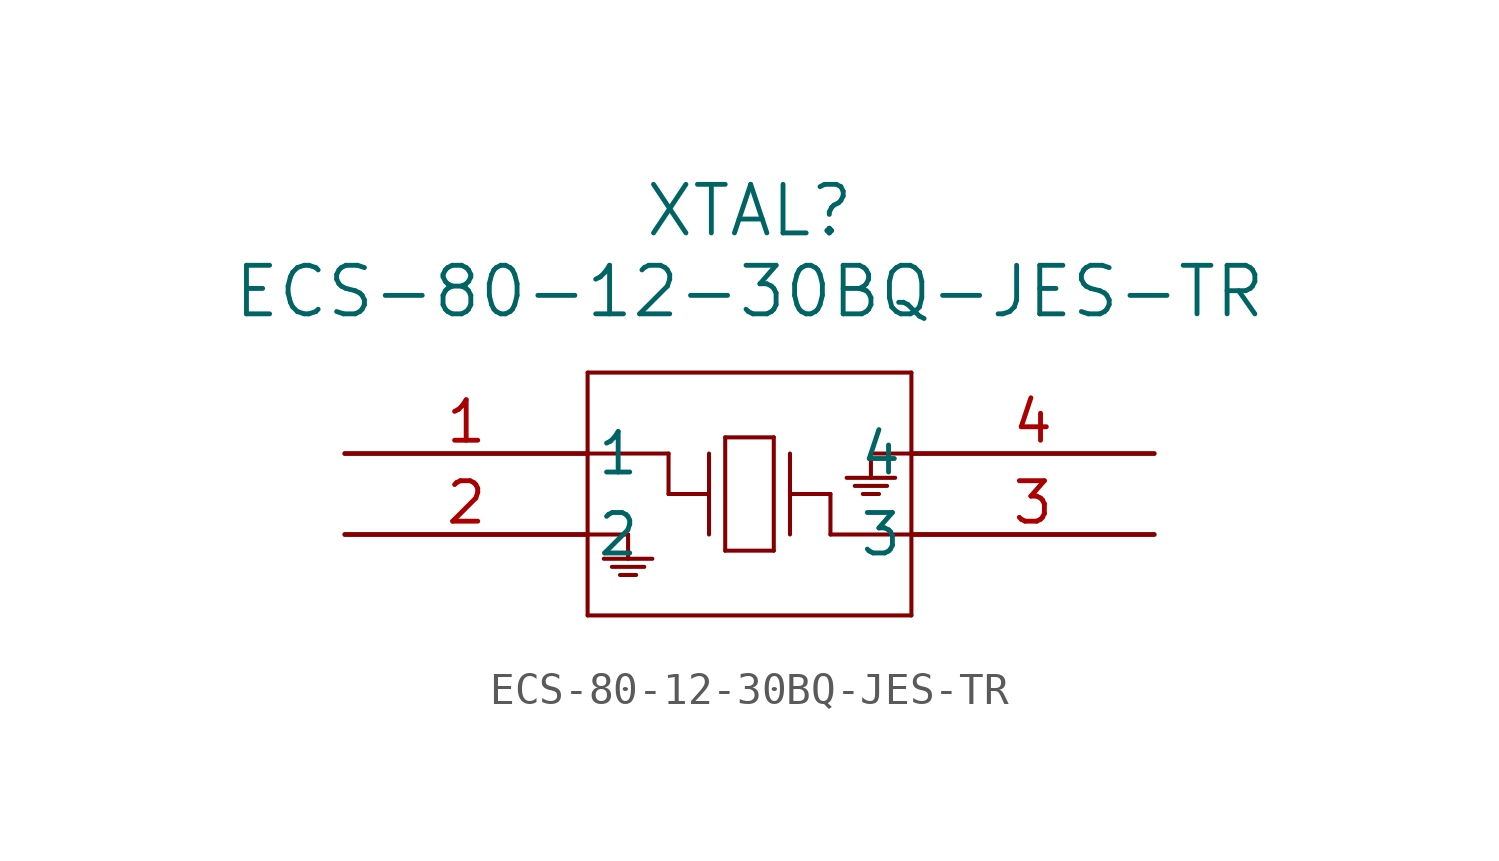
<source format=kicad_sym>
(kicad_symbol_lib
  (version 20211014)
  (generator kicad_symbol_editor)
  (symbol "ECS-80-12-30BQ-JES-TR"
    (pin_names
      (offset 0.254))
    (property "Reference" "XTAL"
      (at 12.7 7.62 0)
      (effects (font (size 1.524 1.524))))
    (property "Value" "ECS-80-12-30BQ-JES-TR"
      (at 12.7 5.08 0)
      (effects (font (size 1.524 1.524))))
    (symbol "ECS-80-12-30BQ-JES-TR_0_1"
      (polyline (pts (xy 7.62 2.54) (xy 7.62 -5.08)) (stroke (width 0.127) (type default) (color 0 0 0 0)) (fill (type none)))
      (polyline (pts (xy 7.62 -5.08) (xy 17.78 -5.08)) (stroke (width 0.127) (type default) (color 0 0 0 0)) (fill (type none)))
      (polyline (pts (xy 17.78 -5.08) (xy 17.78 2.54)) (stroke (width 0.127) (type default) (color 0 0 0 0)) (fill (type none)))
      (polyline (pts (xy 17.78 2.54) (xy 7.62 2.54)) (stroke (width 0.127) (type default) (color 0 0 0 0)) (fill (type none)))
      (polyline (pts (xy 11.43 0) (xy 11.43 -2.54)) (stroke (width 0.127) (type default) (color 0 0 0 0)) (fill (type none)))
      (polyline (pts (xy 11.43 -1.27) (xy 10.16 -1.27)) (stroke (width 0.127) (type default) (color 0 0 0 0)) (fill (type none)))
      (polyline (pts (xy 10.16 -1.27) (xy 10.16 0)) (stroke (width 0.127) (type default) (color 0 0 0 0)) (fill (type none)))
      (polyline (pts (xy 10.16 0) (xy 7.62 0)) (stroke (width 0.127) (type default) (color 0 0 0 0)) (fill (type none)))
      (polyline (pts (xy 13.97 0) (xy 13.97 -2.54)) (stroke (width 0.127) (type default) (color 0 0 0 0)) (fill (type none)))
      (polyline (pts (xy 13.97 -1.27) (xy 15.24 -1.27)) (stroke (width 0.127) (type default) (color 0 0 0 0)) (fill (type none)))
      (polyline (pts (xy 15.24 -1.27) (xy 15.24 -2.54)) (stroke (width 0.127) (type default) (color 0 0 0 0)) (fill (type none)))
      (polyline (pts (xy 15.24 -2.54) (xy 17.78 -2.54)) (stroke (width 0.127) (type default) (color 0 0 0 0)) (fill (type none)))
      (polyline (pts (xy 11.938 0.508) (xy 11.938 -3.048)) (stroke (width 0.127) (type default) (color 0 0 0 0)) (fill (type none)))
      (polyline (pts (xy 11.938 -3.048) (xy 13.462 -3.048)) (stroke (width 0.127) (type default) (color 0 0 0 0)) (fill (type none)))
      (polyline (pts (xy 13.462 -3.048) (xy 13.462 0.508)) (stroke (width 0.127) (type default) (color 0 0 0 0)) (fill (type none)))
      (polyline (pts (xy 13.462 0.508) (xy 11.938 0.508)) (stroke (width 0.127) (type default) (color 0 0 0 0)) (fill (type none)))
      (polyline (pts (xy 7.62 -2.54) (xy 8.89 -2.54)) (stroke (width 0.127) (type default) (color 0 0 0 0)) (fill (type none)))
      (polyline (pts (xy 8.89 -2.54) (xy 8.89 -3.302)) (stroke (width 0.127) (type default) (color 0 0 0 0)) (fill (type none)))
      (polyline (pts (xy 8.636 -3.81) (xy 9.144 -3.81)) (stroke (width 0.127) (type default) (color 0 0 0 0)) (fill (type none)))
      (polyline (pts (xy 8.382 -3.556) (xy 9.398 -3.556)) (stroke (width 0.127) (type default) (color 0 0 0 0)) (fill (type none)))
      (polyline (pts (xy 8.128 -3.302) (xy 9.652 -3.302)) (stroke (width 0.127) (type default) (color 0 0 0 0)) (fill (type none)))
      (polyline (pts (xy 17.78 0) (xy 16.51 0)) (stroke (width 0.127) (type default) (color 0 0 0 0)) (fill (type none)))
      (polyline (pts (xy 16.51 0) (xy 16.51 -0.762)) (stroke (width 0.127) (type default) (color 0 0 0 0)) (fill (type none)))
      (polyline (pts (xy 16.764 -1.27) (xy 16.256 -1.27)) (stroke (width 0.127) (type default) (color 0 0 0 0)) (fill (type none)))
      (polyline (pts (xy 17.018 -1.016) (xy 16.002 -1.016)) (stroke (width 0.127) (type default) (color 0 0 0 0)) (fill (type none)))
      (polyline (pts (xy 17.272 -0.762) (xy 15.748 -0.762)) (stroke (width 0.127) (type default) (color 0 0 0 0)) (fill (type none)))
      (pin output line (at 0 0 0) (length 7.62) (name "1" (effects (font (size 1.27 1.27)))) (number "1" (effects (font (size 1.27 1.27)))))
      (pin power_out line (at 0 -2.54 0) (length 7.62) (name "2" (effects (font (size 1.27 1.27)))) (number "2" (effects (font (size 1.27 1.27)))))
      (pin output line (at 25.4 -2.54 180) (length 7.62) (name "3" (effects (font (size 1.27 1.27)))) (number "3" (effects (font (size 1.27 1.27)))))
      (pin power_out line (at 25.4 0 180) (length 7.62) (name "4" (effects (font (size 1.27 1.27)))) (number "4" (effects (font (size 1.27 1.27))))))))
</source>
